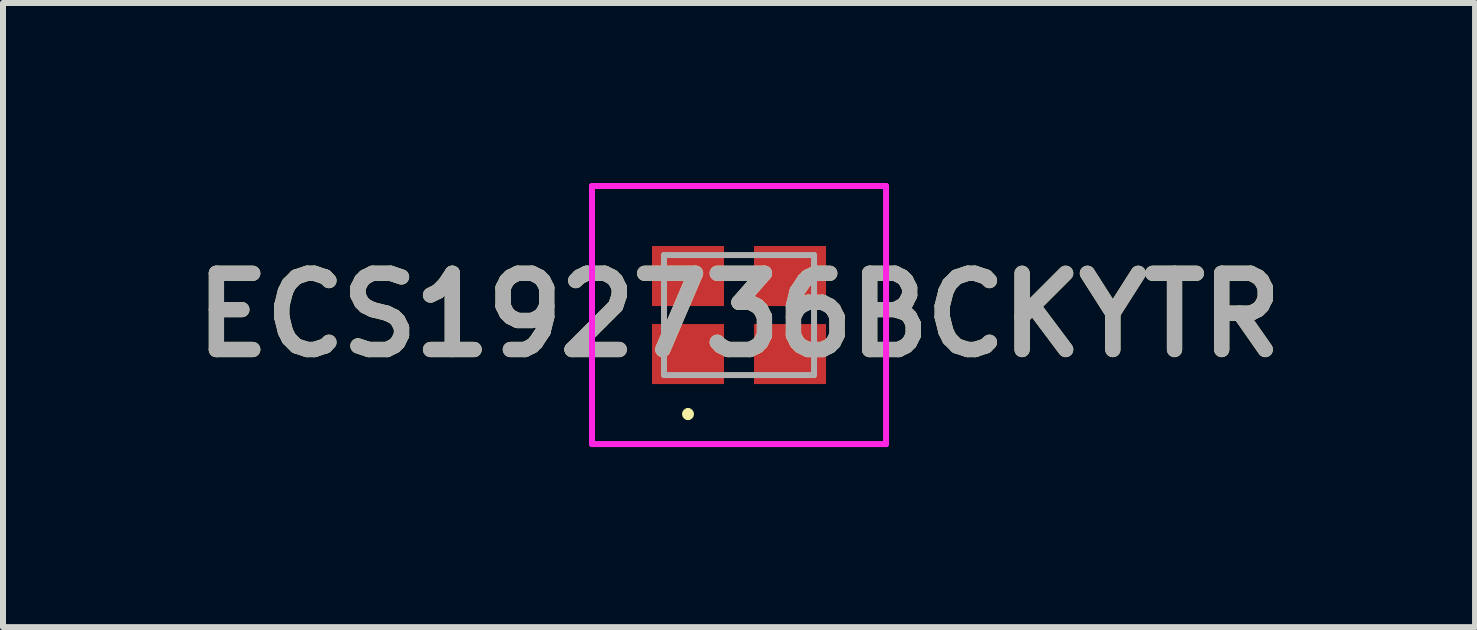
<source format=kicad_pcb>
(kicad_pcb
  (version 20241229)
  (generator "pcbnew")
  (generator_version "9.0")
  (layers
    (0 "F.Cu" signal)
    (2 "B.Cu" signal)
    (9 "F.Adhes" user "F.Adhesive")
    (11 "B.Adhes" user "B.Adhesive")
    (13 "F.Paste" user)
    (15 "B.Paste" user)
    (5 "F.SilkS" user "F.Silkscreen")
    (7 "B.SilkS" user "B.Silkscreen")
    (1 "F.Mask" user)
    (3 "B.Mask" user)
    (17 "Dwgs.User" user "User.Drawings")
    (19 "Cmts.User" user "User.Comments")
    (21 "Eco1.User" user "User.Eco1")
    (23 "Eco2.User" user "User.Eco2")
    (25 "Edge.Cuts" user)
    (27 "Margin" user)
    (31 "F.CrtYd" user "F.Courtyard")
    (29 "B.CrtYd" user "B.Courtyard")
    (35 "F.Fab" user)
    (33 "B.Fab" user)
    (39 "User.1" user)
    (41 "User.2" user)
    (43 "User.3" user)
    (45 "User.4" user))
  (footprint "ECS192736BCKYTR"
    (layer "F.Cu")
    (at 9.265 2.2)
    (property "Reference" "ECS192736BCKYTR" (at 0 0 0) (layer "F.SilkS") (effects (font (size 1.27 1.27) (thickness 0.254))))
    (attr smd)
    (fp_line (start -0.85 1.6) (end -0.85 1.6) (stroke (width 0.1) (type solid)) (layer "F.SilkS"))
    (fp_line (start -0.85 1.7) (end -0.85 1.7) (stroke (width 0.1) (type solid)) (layer "F.SilkS"))
    (fp_arc (start -0.85 1.6) (mid -0.8 1.65) (end -0.85 1.7) (stroke (width 0.1) (type solid)) (layer "F.SilkS"))
    (fp_arc (start -0.85 1.7) (mid -0.9 1.65) (end -0.85 1.6) (stroke (width 0.1) (type solid)) (layer "F.SilkS"))
    (fp_line (start -2.45 -2.15) (end 2.45 -2.15) (stroke (width 0.1) (type solid)) (layer "F.CrtYd"))
    (fp_line (start -2.45 2.15) (end -2.45 -2.15) (stroke (width 0.1) (type solid)) (layer "F.CrtYd"))
    (fp_line (start 2.45 -2.15) (end 2.45 2.15) (stroke (width 0.1) (type solid)) (layer "F.CrtYd"))
    (fp_line (start 2.45 2.15) (end -2.45 2.15) (stroke (width 0.1) (type solid)) (layer "F.CrtYd"))
    (fp_line (start -1.25 -1) (end -1.25 1) (stroke (width 0.1) (type solid)) (layer "F.Fab"))
    (fp_line (start -1.25 1) (end 1.25 1) (stroke (width 0.1) (type solid)) (layer "F.Fab"))
    (fp_line (start 1.25 -1) (end -1.25 -1) (stroke (width 0.1) (type solid)) (layer "F.Fab"))
    (fp_line (start 1.25 1) (end 1.25 -1) (stroke (width 0.1) (type solid)) (layer "F.Fab"))
    (fp_text user "${REFERENCE}" (at 0 0 0) (layer "F.Fab") (effects (font (size 1.27 1.27) (thickness 0.254))))
    (pad "1" smd rect (at -0.85 0.65 90) (size 1 1.2) (layers "F.Cu" "F.Mask" "F.Paste"))
    (pad "2" smd rect (at 0.85 0.65 90) (size 1 1.2) (layers "F.Cu" "F.Mask" "F.Paste"))
    (pad "3" smd rect (at 0.85 -0.65 90) (size 1 1.2) (layers "F.Cu" "F.Mask" "F.Paste"))
    (pad "4" smd rect (at -0.85 -0.65 90) (size 1 1.2) (layers "F.Cu" "F.Mask" "F.Paste")))
  (gr_rect
    (start -3 -3)
    (end 21.53 7.4)
    (stroke (width 0.1) (type default))
    (fill no)
    (layer "Edge.Cuts")))
</source>
